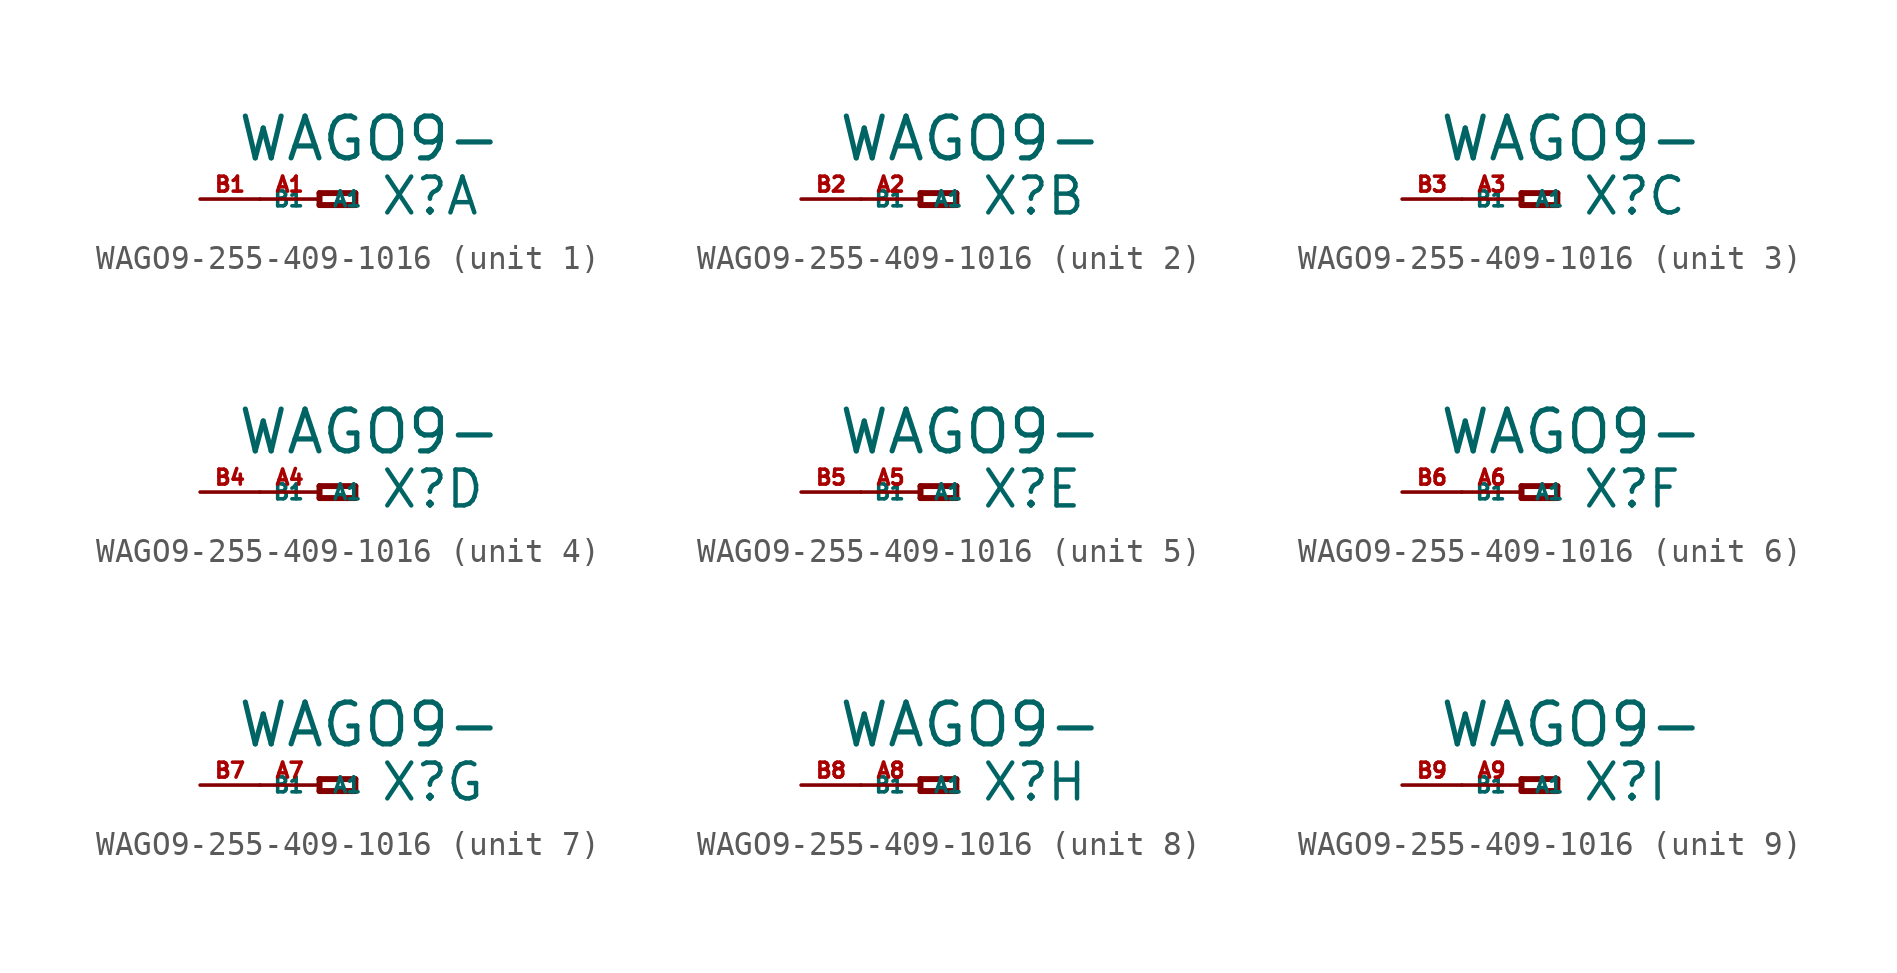
<source format=kicad_sym>
(kicad_symbol_lib
  (version 20220914)
  (generator Eagle2Kicad)
  (symbol "WAGO9-255-409-1016"
    (property "Reference" "X"
      (at 2.54 -0.762 0)
      (effects (font (size 1.524 1.524) (thickness 0.19)) (justify left bottom)))
    (property "Value" "WAGO9-"
      (at -3.556 1.524 0)
      (effects (font (size 1.778 1.778) (thickness 0.22)) (justify left bottom)))
    (symbol "WAGO9-255-409-1016_1_0"
      (polyline (pts (xy 0 0.254) (xy 0 -0.254)) (stroke (width 0.254) (type default)) (fill (type none)))
      (polyline (pts (xy 0 -0.254) (xy 1.524 -0.254)) (stroke (width 0.254) (type default)) (fill (type none)))
      (polyline (pts (xy 1.524 -0.254) (xy 1.524 0.254)) (stroke (width 0.254) (type default)) (fill (type none)))
      (polyline (pts (xy 1.524 0.254) (xy 0 0.254)) (stroke (width 0.254) (type default)) (fill (type none)))
      (pin passive line (at -2.54 0 0) (length 2.54) (name "A1" (effects (font (size 0.635 0.635) (thickness 0.08)) (justify left bottom))) (number "A1" (effects (font (size 0.635 0.635) (thickness 0.08)) (justify left bottom))))
      (pin passive line (at -5.08 0 0) (length 2.54) (name "B1" (effects (font (size 0.635 0.635) (thickness 0.08)) (justify left bottom))) (number "B1" (effects (font (size 0.635 0.635) (thickness 0.08)) (justify left bottom)))))
    (symbol "WAGO9-255-409-1016_2_0"
      (polyline (pts (xy 0 0.254) (xy 0 -0.254)) (stroke (width 0.254) (type default)) (fill (type none)))
      (polyline (pts (xy 0 -0.254) (xy 1.524 -0.254)) (stroke (width 0.254) (type default)) (fill (type none)))
      (polyline (pts (xy 1.524 -0.254) (xy 1.524 0.254)) (stroke (width 0.254) (type default)) (fill (type none)))
      (polyline (pts (xy 1.524 0.254) (xy 0 0.254)) (stroke (width 0.254) (type default)) (fill (type none)))
      (pin passive line (at -2.54 0 0) (length 2.54) (name "A1" (effects (font (size 0.635 0.635) (thickness 0.08)) (justify left bottom))) (number "A2" (effects (font (size 0.635 0.635) (thickness 0.08)) (justify left bottom))))
      (pin passive line (at -5.08 0 0) (length 2.54) (name "B1" (effects (font (size 0.635 0.635) (thickness 0.08)) (justify left bottom))) (number "B2" (effects (font (size 0.635 0.635) (thickness 0.08)) (justify left bottom)))))
    (symbol "WAGO9-255-409-1016_3_0"
      (polyline (pts (xy 0 0.254) (xy 0 -0.254)) (stroke (width 0.254) (type default)) (fill (type none)))
      (polyline (pts (xy 0 -0.254) (xy 1.524 -0.254)) (stroke (width 0.254) (type default)) (fill (type none)))
      (polyline (pts (xy 1.524 -0.254) (xy 1.524 0.254)) (stroke (width 0.254) (type default)) (fill (type none)))
      (polyline (pts (xy 1.524 0.254) (xy 0 0.254)) (stroke (width 0.254) (type default)) (fill (type none)))
      (pin passive line (at -2.54 0 0) (length 2.54) (name "A1" (effects (font (size 0.635 0.635) (thickness 0.08)) (justify left bottom))) (number "A3" (effects (font (size 0.635 0.635) (thickness 0.08)) (justify left bottom))))
      (pin passive line (at -5.08 0 0) (length 2.54) (name "B1" (effects (font (size 0.635 0.635) (thickness 0.08)) (justify left bottom))) (number "B3" (effects (font (size 0.635 0.635) (thickness 0.08)) (justify left bottom)))))
    (symbol "WAGO9-255-409-1016_4_0"
      (polyline (pts (xy 0 0.254) (xy 0 -0.254)) (stroke (width 0.254) (type default)) (fill (type none)))
      (polyline (pts (xy 0 -0.254) (xy 1.524 -0.254)) (stroke (width 0.254) (type default)) (fill (type none)))
      (polyline (pts (xy 1.524 -0.254) (xy 1.524 0.254)) (stroke (width 0.254) (type default)) (fill (type none)))
      (polyline (pts (xy 1.524 0.254) (xy 0 0.254)) (stroke (width 0.254) (type default)) (fill (type none)))
      (pin passive line (at -2.54 0 0) (length 2.54) (name "A1" (effects (font (size 0.635 0.635) (thickness 0.08)) (justify left bottom))) (number "A4" (effects (font (size 0.635 0.635) (thickness 0.08)) (justify left bottom))))
      (pin passive line (at -5.08 0 0) (length 2.54) (name "B1" (effects (font (size 0.635 0.635) (thickness 0.08)) (justify left bottom))) (number "B4" (effects (font (size 0.635 0.635) (thickness 0.08)) (justify left bottom)))))
    (symbol "WAGO9-255-409-1016_5_0"
      (polyline (pts (xy 0 0.254) (xy 0 -0.254)) (stroke (width 0.254) (type default)) (fill (type none)))
      (polyline (pts (xy 0 -0.254) (xy 1.524 -0.254)) (stroke (width 0.254) (type default)) (fill (type none)))
      (polyline (pts (xy 1.524 -0.254) (xy 1.524 0.254)) (stroke (width 0.254) (type default)) (fill (type none)))
      (polyline (pts (xy 1.524 0.254) (xy 0 0.254)) (stroke (width 0.254) (type default)) (fill (type none)))
      (pin passive line (at -2.54 0 0) (length 2.54) (name "A1" (effects (font (size 0.635 0.635) (thickness 0.08)) (justify left bottom))) (number "A5" (effects (font (size 0.635 0.635) (thickness 0.08)) (justify left bottom))))
      (pin passive line (at -5.08 0 0) (length 2.54) (name "B1" (effects (font (size 0.635 0.635) (thickness 0.08)) (justify left bottom))) (number "B5" (effects (font (size 0.635 0.635) (thickness 0.08)) (justify left bottom)))))
    (symbol "WAGO9-255-409-1016_6_0"
      (polyline (pts (xy 0 0.254) (xy 0 -0.254)) (stroke (width 0.254) (type default)) (fill (type none)))
      (polyline (pts (xy 0 -0.254) (xy 1.524 -0.254)) (stroke (width 0.254) (type default)) (fill (type none)))
      (polyline (pts (xy 1.524 -0.254) (xy 1.524 0.254)) (stroke (width 0.254) (type default)) (fill (type none)))
      (polyline (pts (xy 1.524 0.254) (xy 0 0.254)) (stroke (width 0.254) (type default)) (fill (type none)))
      (pin passive line (at -2.54 0 0) (length 2.54) (name "A1" (effects (font (size 0.635 0.635) (thickness 0.08)) (justify left bottom))) (number "A6" (effects (font (size 0.635 0.635) (thickness 0.08)) (justify left bottom))))
      (pin passive line (at -5.08 0 0) (length 2.54) (name "B1" (effects (font (size 0.635 0.635) (thickness 0.08)) (justify left bottom))) (number "B6" (effects (font (size 0.635 0.635) (thickness 0.08)) (justify left bottom)))))
    (symbol "WAGO9-255-409-1016_7_0"
      (polyline (pts (xy 0 0.254) (xy 0 -0.254)) (stroke (width 0.254) (type default)) (fill (type none)))
      (polyline (pts (xy 0 -0.254) (xy 1.524 -0.254)) (stroke (width 0.254) (type default)) (fill (type none)))
      (polyline (pts (xy 1.524 -0.254) (xy 1.524 0.254)) (stroke (width 0.254) (type default)) (fill (type none)))
      (polyline (pts (xy 1.524 0.254) (xy 0 0.254)) (stroke (width 0.254) (type default)) (fill (type none)))
      (pin passive line (at -2.54 0 0) (length 2.54) (name "A1" (effects (font (size 0.635 0.635) (thickness 0.08)) (justify left bottom))) (number "A7" (effects (font (size 0.635 0.635) (thickness 0.08)) (justify left bottom))))
      (pin passive line (at -5.08 0 0) (length 2.54) (name "B1" (effects (font (size 0.635 0.635) (thickness 0.08)) (justify left bottom))) (number "B7" (effects (font (size 0.635 0.635) (thickness 0.08)) (justify left bottom)))))
    (symbol "WAGO9-255-409-1016_8_0"
      (polyline (pts (xy 0 0.254) (xy 0 -0.254)) (stroke (width 0.254) (type default)) (fill (type none)))
      (polyline (pts (xy 0 -0.254) (xy 1.524 -0.254)) (stroke (width 0.254) (type default)) (fill (type none)))
      (polyline (pts (xy 1.524 -0.254) (xy 1.524 0.254)) (stroke (width 0.254) (type default)) (fill (type none)))
      (polyline (pts (xy 1.524 0.254) (xy 0 0.254)) (stroke (width 0.254) (type default)) (fill (type none)))
      (pin passive line (at -2.54 0 0) (length 2.54) (name "A1" (effects (font (size 0.635 0.635) (thickness 0.08)) (justify left bottom))) (number "A8" (effects (font (size 0.635 0.635) (thickness 0.08)) (justify left bottom))))
      (pin passive line (at -5.08 0 0) (length 2.54) (name "B1" (effects (font (size 0.635 0.635) (thickness 0.08)) (justify left bottom))) (number "B8" (effects (font (size 0.635 0.635) (thickness 0.08)) (justify left bottom)))))
    (symbol "WAGO9-255-409-1016_9_0"
      (polyline (pts (xy 0 0.254) (xy 0 -0.254)) (stroke (width 0.254) (type default)) (fill (type none)))
      (polyline (pts (xy 0 -0.254) (xy 1.524 -0.254)) (stroke (width 0.254) (type default)) (fill (type none)))
      (polyline (pts (xy 1.524 -0.254) (xy 1.524 0.254)) (stroke (width 0.254) (type default)) (fill (type none)))
      (polyline (pts (xy 1.524 0.254) (xy 0 0.254)) (stroke (width 0.254) (type default)) (fill (type none)))
      (pin passive line (at -2.54 0 0) (length 2.54) (name "A1" (effects (font (size 0.635 0.635) (thickness 0.08)) (justify left bottom))) (number "A9" (effects (font (size 0.635 0.635) (thickness 0.08)) (justify left bottom))))
      (pin passive line (at -5.08 0 0) (length 2.54) (name "B1" (effects (font (size 0.635 0.635) (thickness 0.08)) (justify left bottom))) (number "B9" (effects (font (size 0.635 0.635) (thickness 0.08)) (justify left bottom)))))))
</source>
